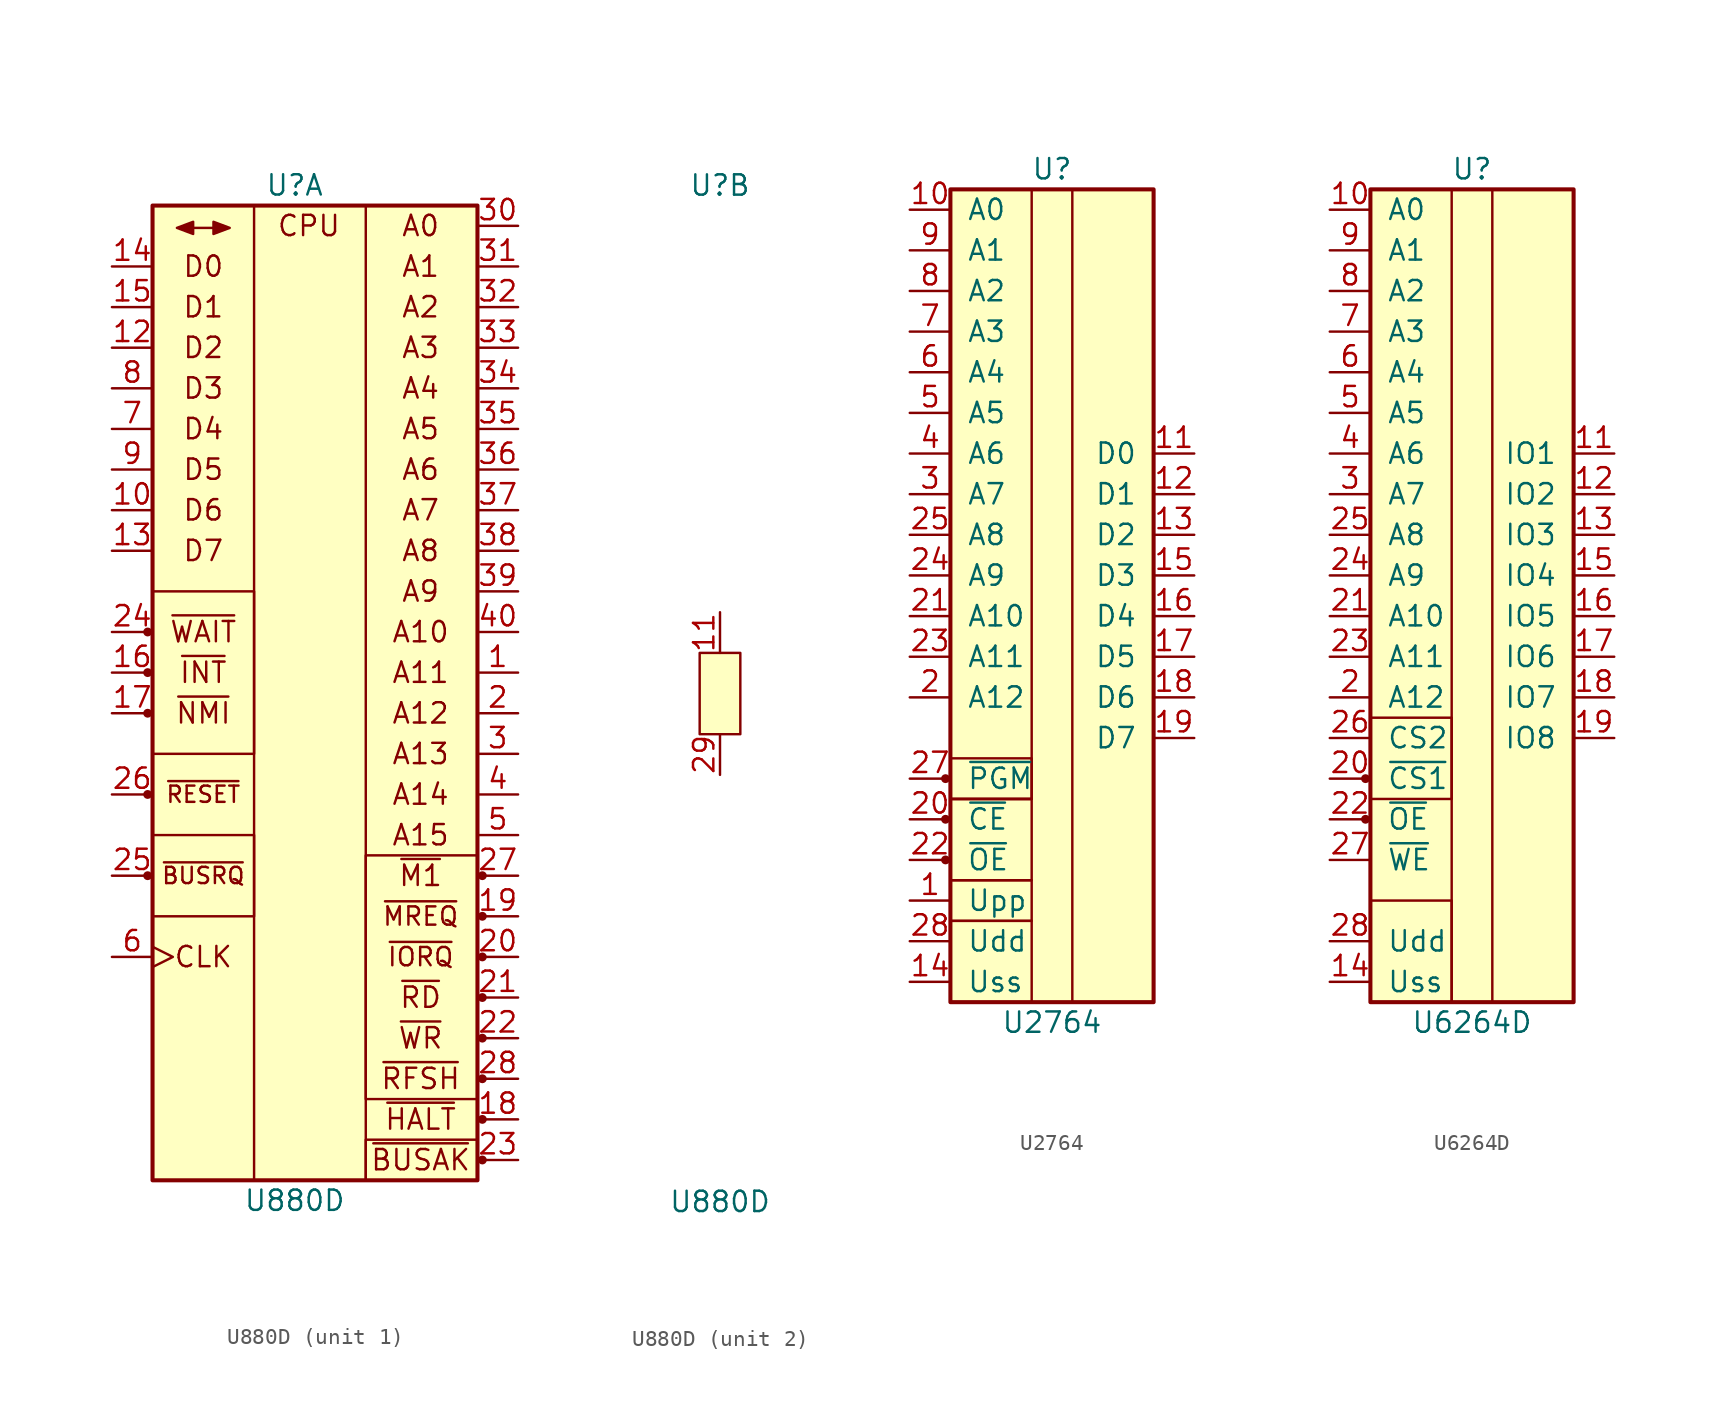
<source format=kicad_sym>
(kicad_symbol_lib
  (version 20211014)
  (generator kicad_symbol_editor)
  (symbol "U880D"
    (pin_names
      (offset 1.016) hide)
    (property "Reference" "U"
      (at 0 31.75 0)
      (effects (font (size 1.27 1.27))))
    (property "Value" "U880D"
      (at 0 -31.75 0)
      (effects (font (size 1.27 1.27))))
    (property "ki_locked" ""
      (at 0 0 0)
      (effects (font (size 1.27 1.27))))
    (symbol "U880D_1_1"
      (circle (center -9.195 -11.43) (radius 0.203) (stroke (width 0) (type default) (color 0 0 0 0)) (fill (type outline)))
      (circle (center -9.195 -6.35) (radius 0.203) (stroke (width 0) (type default) (color 0 0 0 0)) (fill (type outline)))
      (circle (center -9.195 -1.27) (radius 0.203) (stroke (width 0) (type default) (color 0 0 0 0)) (fill (type outline)))
      (circle (center -9.195 1.27) (radius 0.203) (stroke (width 0) (type default) (color 0 0 0 0)) (fill (type outline)))
      (circle (center -9.195 3.81) (radius 0.203) (stroke (width 0) (type default) (color 0 0 0 0)) (fill (type outline)))
      (rectangle (start -8.89 -8.89) (end -2.54 -13.97) (stroke (width 0) (type default) (color 0 0 0 0)) (fill (type none)))
      (rectangle (start -8.89 6.35) (end -2.54 -3.81) (stroke (width 0) (type default) (color 0 0 0 0)) (fill (type none)))
      (rectangle (start -8.89 30.48) (end 11.43 -30.48) (stroke (width 0.254) (type default) (color 0 0 0 0)) (fill (type background)))
      (polyline (pts (xy -6.35 29.083) (xy -5.08 29.083)) (stroke (width 0) (type default) (color 0 0 0 0)) (fill (type none)))
      (polyline (pts (xy -6.35 29.464) (xy -7.366 29.083) (xy -6.35 28.702) (xy -6.35 29.464)) (stroke (width 0) (type default) (color 0 0 0 0)) (fill (type outline)))
      (polyline (pts (xy -5.08 29.464) (xy -4.064 29.083) (xy -5.08 28.702) (xy -5.08 29.464)) (stroke (width 0) (type default) (color 0 0 0 0)) (fill (type outline)))
      (rectangle (start 4.445 -27.94) (end 11.43 -30.48) (stroke (width 0) (type default) (color 0 0 0 0)) (fill (type none)))
      (rectangle (start 4.445 -10.16) (end 11.43 -25.4) (stroke (width 0) (type default) (color 0 0 0 0)) (fill (type none)))
      (rectangle (start 4.445 30.48) (end -2.54 -30.48) (stroke (width 0) (type default) (color 0 0 0 0)) (fill (type none)))
      (circle (center 11.735 -29.21) (radius 0.203) (stroke (width 0) (type default) (color 0 0 0 0)) (fill (type outline)))
      (circle (center 11.735 -26.67) (radius 0.203) (stroke (width 0) (type default) (color 0 0 0 0)) (fill (type outline)))
      (circle (center 11.735 -24.13) (radius 0.203) (stroke (width 0) (type default) (color 0 0 0 0)) (fill (type outline)))
      (circle (center 11.735 -21.59) (radius 0.203) (stroke (width 0) (type default) (color 0 0 0 0)) (fill (type outline)))
      (circle (center 11.735 -19.05) (radius 0.203) (stroke (width 0) (type default) (color 0 0 0 0)) (fill (type outline)))
      (circle (center 11.735 -16.51) (radius 0.203) (stroke (width 0) (type default) (color 0 0 0 0)) (fill (type outline)))
      (circle (center 11.735 -13.97) (radius 0.203) (stroke (width 0) (type default) (color 0 0 0 0)) (fill (type outline)))
      (circle (center 11.735 -11.43) (radius 0.203) (stroke (width 0) (type default) (color 0 0 0 0)) (fill (type outline)))
      (text "A0" (at 7.874 29.21 0) (effects (font (size 1.27 1.27))))
      (text "A1" (at 7.874 26.67 0) (effects (font (size 1.27 1.27))))
      (text "A10" (at 7.874 3.81 0) (effects (font (size 1.27 1.27))))
      (text "A11" (at 7.874 1.27 0) (effects (font (size 1.27 1.27))))
      (text "A12" (at 7.874 -1.27 0) (effects (font (size 1.27 1.27))))
      (text "A13" (at 7.874 -3.81 0) (effects (font (size 1.27 1.27))))
      (text "A14" (at 7.874 -6.35 0) (effects (font (size 1.27 1.27))))
      (text "A15" (at 7.874 -8.89 0) (effects (font (size 1.27 1.27))))
      (text "A2" (at 7.874 24.13 0) (effects (font (size 1.27 1.27))))
      (text "A3" (at 7.874 21.59 0) (effects (font (size 1.27 1.27))))
      (text "A4" (at 7.874 19.05 0) (effects (font (size 1.27 1.27))))
      (text "A5" (at 7.874 16.51 0) (effects (font (size 1.27 1.27))))
      (text "A6" (at 7.874 13.97 0) (effects (font (size 1.27 1.27))))
      (text "A7" (at 7.874 11.43 0) (effects (font (size 1.27 1.27))))
      (text "A8" (at 7.874 8.89 0) (effects (font (size 1.27 1.27))))
      (text "A9" (at 7.874 6.35 0) (effects (font (size 1.27 1.27))))
      (text "CLK" (at -5.715 -16.51 0) (effects (font (size 1.27 1.27))))
      (text "CPU" (at 0.889 29.21 0) (effects (font (size 1.27 1.27))))
      (text "D0" (at -5.715 26.67 0) (effects (font (size 1.27 1.27))))
      (text "D1" (at -5.715 24.13 0) (effects (font (size 1.27 1.27))))
      (text "D2" (at -5.715 21.59 0) (effects (font (size 1.27 1.27))))
      (text "D3" (at -5.715 19.05 0) (effects (font (size 1.27 1.27))))
      (text "D4" (at -5.715 16.51 0) (effects (font (size 1.27 1.27))))
      (text "D5" (at -5.715 13.97 0) (effects (font (size 1.27 1.27))))
      (text "D6" (at -5.715 11.43 0) (effects (font (size 1.27 1.27))))
      (text "D7" (at -5.715 8.89 0) (effects (font (size 1.27 1.27))))
      (text "~{BUSAK}" (at 7.874 -29.21 0) (effects (font (size 1.27 1.27))))
      (text "~{BUSRQ}" (at -5.715 -11.43 0) (effects (font (size 1.016 1.016))))
      (text "~{HALT}" (at 7.874 -26.67 0) (effects (font (size 1.27 1.27))))
      (text "~{INT}" (at -5.715 1.27 0) (effects (font (size 1.27 1.27))))
      (text "~{IORQ}" (at 7.874 -16.51 0) (effects (font (size 1.143 1.143))))
      (text "~{M1}" (at 7.874 -11.43 0) (effects (font (size 1.27 1.27))))
      (text "~{MREQ}" (at 7.874 -13.97 0) (effects (font (size 1.143 1.143))))
      (text "~{NMI}" (at -5.715 -1.27 0) (effects (font (size 1.27 1.27))))
      (text "~{RD}" (at 7.874 -19.05 0) (effects (font (size 1.27 1.27))))
      (text "~{RESET}" (at -5.715 -6.35 0) (effects (font (size 1.016 1.016))))
      (text "~{RFSH}" (at 7.874 -24.13 0) (effects (font (size 1.27 1.27))))
      (text "~{WAIT}" (at -5.715 3.81 0) (effects (font (size 1.27 1.27))))
      (text "~{WR}" (at 7.874 -21.59 0) (effects (font (size 1.27 1.27))))
      (pin tri_state line (at 13.97 1.27 180) (length 2.54) (name "A11" (effects (font (size 1.27 1.27)))) (number "1" (effects (font (size 1.27 1.27)))))
      (pin bidirectional line (at -11.43 11.43 0) (length 2.54) (name "D6" (effects (font (size 1.27 1.27)))) (number "10" (effects (font (size 1.27 1.27)))))
      (pin bidirectional line (at -11.43 21.59 0) (length 2.54) (name "D2" (effects (font (size 1.27 1.27)))) (number "12" (effects (font (size 1.27 1.27)))))
      (pin bidirectional line (at -11.43 8.89 0) (length 2.54) (name "D7" (effects (font (size 1.27 1.27)))) (number "13" (effects (font (size 1.27 1.27)))))
      (pin bidirectional line (at -11.43 26.67 0) (length 2.54) (name "D0" (effects (font (size 1.27 1.27)))) (number "14" (effects (font (size 1.27 1.27)))))
      (pin bidirectional line (at -11.43 24.13 0) (length 2.54) (name "D1" (effects (font (size 1.27 1.27)))) (number "15" (effects (font (size 1.27 1.27)))))
      (pin input line (at -11.43 1.27 0) (length 2.54) (name "~{INT}" (effects (font (size 1.27 1.27)))) (number "16" (effects (font (size 1.27 1.27)))))
      (pin input line (at -11.43 -1.27 0) (length 2.54) (name "~{NMI}" (effects (font (size 1.27 1.27)))) (number "17" (effects (font (size 1.27 1.27)))))
      (pin tri_state line (at 13.97 -26.67 180) (length 2.54) (name "~{HALT}" (effects (font (size 1.27 1.27)))) (number "18" (effects (font (size 1.27 1.27)))))
      (pin tri_state line (at 13.97 -13.97 180) (length 2.54) (name "~{MREQ}" (effects (font (size 1.27 1.27)))) (number "19" (effects (font (size 1.27 1.27)))))
      (pin tri_state line (at 13.97 -1.27 180) (length 2.54) (name "A12" (effects (font (size 1.27 1.27)))) (number "2" (effects (font (size 1.27 1.27)))))
      (pin tri_state line (at 13.97 -16.51 180) (length 2.54) (name "~{IORQ}" (effects (font (size 1.27 1.27)))) (number "20" (effects (font (size 1.27 1.27)))))
      (pin tri_state line (at 13.97 -19.05 180) (length 2.54) (name "~{RD}" (effects (font (size 1.27 1.27)))) (number "21" (effects (font (size 1.27 1.27)))))
      (pin tri_state line (at 13.97 -21.59 180) (length 2.54) (name "~{WR}" (effects (font (size 1.27 1.27)))) (number "22" (effects (font (size 1.27 1.27)))))
      (pin open_collector line (at 13.97 -29.21 180) (length 2.54) (name "~{BUSAK}" (effects (font (size 1.27 1.27)))) (number "23" (effects (font (size 1.27 1.27)))))
      (pin input line (at -11.43 3.81 0) (length 2.54) (name "~{WAIT}" (effects (font (size 1.27 1.27)))) (number "24" (effects (font (size 1.27 1.27)))))
      (pin input line (at -11.43 -11.43 0) (length 2.54) (name "~{BUSRQ}" (effects (font (size 1.27 1.27)))) (number "25" (effects (font (size 1.27 1.27)))))
      (pin input line (at -11.43 -6.35 0) (length 2.54) (name "~{RESET}" (effects (font (size 1.27 1.27)))) (number "26" (effects (font (size 1.27 1.27)))))
      (pin tri_state line (at 13.97 -11.43 180) (length 2.54) (name "~{M1}" (effects (font (size 1.27 1.27)))) (number "27" (effects (font (size 1.27 1.27)))))
      (pin tri_state line (at 13.97 -24.13 180) (length 2.54) (name "~{RFSH}" (effects (font (size 1.27 1.27)))) (number "28" (effects (font (size 1.27 1.27)))))
      (pin tri_state line (at 13.97 -3.81 180) (length 2.54) (name "A13" (effects (font (size 1.27 1.27)))) (number "3" (effects (font (size 1.27 1.27)))))
      (pin tri_state line (at 13.97 29.21 180) (length 2.54) (name "A0" (effects (font (size 1.27 1.27)))) (number "30" (effects (font (size 1.27 1.27)))))
      (pin tri_state line (at 13.97 26.67 180) (length 2.54) (name "A1" (effects (font (size 1.27 1.27)))) (number "31" (effects (font (size 1.27 1.27)))))
      (pin tri_state line (at 13.97 24.13 180) (length 2.54) (name "A2" (effects (font (size 1.27 1.27)))) (number "32" (effects (font (size 1.27 1.27)))))
      (pin tri_state line (at 13.97 21.59 180) (length 2.54) (name "A3" (effects (font (size 1.27 1.27)))) (number "33" (effects (font (size 1.27 1.27)))))
      (pin tri_state line (at 13.97 19.05 180) (length 2.54) (name "A4" (effects (font (size 1.27 1.27)))) (number "34" (effects (font (size 1.27 1.27)))))
      (pin tri_state line (at 13.97 16.51 180) (length 2.54) (name "A5" (effects (font (size 1.27 1.27)))) (number "35" (effects (font (size 1.27 1.27)))))
      (pin tri_state line (at 13.97 13.97 180) (length 2.54) (name "A6" (effects (font (size 1.27 1.27)))) (number "36" (effects (font (size 1.27 1.27)))))
      (pin tri_state line (at 13.97 11.43 180) (length 2.54) (name "A7" (effects (font (size 1.27 1.27)))) (number "37" (effects (font (size 1.27 1.27)))))
      (pin tri_state line (at 13.97 8.89 180) (length 2.54) (name "A8" (effects (font (size 1.27 1.27)))) (number "38" (effects (font (size 1.27 1.27)))))
      (pin tri_state line (at 13.97 6.35 180) (length 2.54) (name "A9" (effects (font (size 1.27 1.27)))) (number "39" (effects (font (size 1.27 1.27)))))
      (pin tri_state line (at 13.97 -6.35 180) (length 2.54) (name "A14" (effects (font (size 1.27 1.27)))) (number "4" (effects (font (size 1.27 1.27)))))
      (pin tri_state line (at 13.97 3.81 180) (length 2.54) (name "A10" (effects (font (size 1.27 1.27)))) (number "40" (effects (font (size 1.27 1.27)))))
      (pin tri_state line (at 13.97 -8.89 180) (length 2.54) (name "A15" (effects (font (size 1.27 1.27)))) (number "5" (effects (font (size 1.27 1.27)))))
      (pin input clock (at -11.43 -16.51 0) (length 2.54) (name "CLK" (effects (font (size 1.27 1.27)))) (number "6" (effects (font (size 1.27 1.27)))))
      (pin bidirectional line (at -11.43 16.51 0) (length 2.54) (name "D4" (effects (font (size 1.27 1.27)))) (number "7" (effects (font (size 1.27 1.27)))))
      (pin bidirectional line (at -11.43 19.05 0) (length 2.54) (name "D3" (effects (font (size 1.27 1.27)))) (number "8" (effects (font (size 1.27 1.27)))))
      (pin bidirectional line (at -11.43 13.97 0) (length 2.54) (name "D5" (effects (font (size 1.27 1.27)))) (number "9" (effects (font (size 1.27 1.27))))))
    (symbol "U880D_2_1"
      (rectangle (start -1.27 2.54) (end 1.27 -2.54) (stroke (width 0) (type default) (color 0 0 0 0)) (fill (type background)))
      (pin power_in line (at 0 5.08 270) (length 2.54) (name "Vcc" (effects (font (size 1.27 1.27)))) (number "11" (effects (font (size 1.27 1.27)))))
      (pin power_in line (at 0 -5.08 90) (length 2.54) (name "GND" (effects (font (size 1.27 1.27)))) (number "29" (effects (font (size 1.27 1.27)))))))
  (symbol "U2764"
    (pin_names
      (offset 1.016))
    (property "Reference" "U"
      (at 0 26.67 0)
      (effects (font (size 1.27 1.27))))
    (property "Value" "U2764"
      (at 0 -26.67 0)
      (effects (font (size 1.27 1.27))))
    (symbol "U2764_0_1"
      (rectangle (start -6.35 -17.78) (end -1.27 -20.32) (stroke (width 0) (type default) (color 0 0 0 0)) (fill (type none)))
      (rectangle (start -6.35 -10.16) (end -1.27 -12.7) (stroke (width 0) (type default) (color 0 0 0 0)) (fill (type none)))
      (rectangle (start -1.27 -12.7) (end -6.35 -17.78) (stroke (width 0) (type default) (color 0 0 0 0)) (fill (type none))))
    (symbol "U2764_1_1"
      (circle (center -6.655 -16.51) (radius 0.203) (stroke (width 0) (type default) (color 0 0 0 0)) (fill (type outline)))
      (circle (center -6.655 -13.97) (radius 0.203) (stroke (width 0) (type default) (color 0 0 0 0)) (fill (type outline)))
      (circle (center -6.655 -11.43) (radius 0.203) (stroke (width 0) (type default) (color 0 0 0 0)) (fill (type outline)))
      (rectangle (start -6.35 -20.32) (end -1.27 -25.4) (stroke (width 0) (type default) (color 0 0 0 0)) (fill (type none)))
      (rectangle (start -6.35 25.4) (end -1.27 -12.7) (stroke (width 0) (type default) (color 0 0 0 0)) (fill (type none)))
      (rectangle (start -6.35 25.4) (end 6.35 -25.4) (stroke (width 0.254) (type default) (color 0 0 0 0)) (fill (type background)))
      (rectangle (start 1.27 25.4) (end 6.35 -25.4) (stroke (width 0) (type default) (color 0 0 0 0)) (fill (type none)))
      (pin power_in line (at -8.89 -19.05 0) (length 2.54) (name "Upp" (effects (font (size 1.27 1.27)))) (number "1" (effects (font (size 1.27 1.27)))))
      (pin input line (at -8.89 24.13 0) (length 2.54) (name "A0" (effects (font (size 1.27 1.27)))) (number "10" (effects (font (size 1.27 1.27)))))
      (pin tri_state line (at 8.89 8.89 180) (length 2.54) (name "D0" (effects (font (size 1.27 1.27)))) (number "11" (effects (font (size 1.27 1.27)))))
      (pin tri_state line (at 8.89 6.35 180) (length 2.54) (name "D1" (effects (font (size 1.27 1.27)))) (number "12" (effects (font (size 1.27 1.27)))))
      (pin tri_state line (at 8.89 3.81 180) (length 2.54) (name "D2" (effects (font (size 1.27 1.27)))) (number "13" (effects (font (size 1.27 1.27)))))
      (pin power_in line (at -8.89 -24.13 0) (length 2.54) (name "Uss" (effects (font (size 1.27 1.27)))) (number "14" (effects (font (size 1.27 1.27)))))
      (pin tri_state line (at 8.89 1.27 180) (length 2.54) (name "D3" (effects (font (size 1.27 1.27)))) (number "15" (effects (font (size 1.27 1.27)))))
      (pin tri_state line (at 8.89 -1.27 180) (length 2.54) (name "D4" (effects (font (size 1.27 1.27)))) (number "16" (effects (font (size 1.27 1.27)))))
      (pin tri_state line (at 8.89 -3.81 180) (length 2.54) (name "D5" (effects (font (size 1.27 1.27)))) (number "17" (effects (font (size 1.27 1.27)))))
      (pin tri_state line (at 8.89 -6.35 180) (length 2.54) (name "D6" (effects (font (size 1.27 1.27)))) (number "18" (effects (font (size 1.27 1.27)))))
      (pin tri_state line (at 8.89 -8.89 180) (length 2.54) (name "D7" (effects (font (size 1.27 1.27)))) (number "19" (effects (font (size 1.27 1.27)))))
      (pin input line (at -8.89 -6.35 0) (length 2.54) (name "A12" (effects (font (size 1.27 1.27)))) (number "2" (effects (font (size 1.27 1.27)))))
      (pin input line (at -8.89 -13.97 0) (length 2.54) (name "~{CE}" (effects (font (size 1.27 1.27)))) (number "20" (effects (font (size 1.27 1.27)))))
      (pin input line (at -8.89 -1.27 0) (length 2.54) (name "A10" (effects (font (size 1.27 1.27)))) (number "21" (effects (font (size 1.27 1.27)))))
      (pin input line (at -8.89 -16.51 0) (length 2.54) (name "~{OE}" (effects (font (size 1.27 1.27)))) (number "22" (effects (font (size 1.27 1.27)))))
      (pin input line (at -8.89 -3.81 0) (length 2.54) (name "A11" (effects (font (size 1.27 1.27)))) (number "23" (effects (font (size 1.27 1.27)))))
      (pin input line (at -8.89 1.27 0) (length 2.54) (name "A9" (effects (font (size 1.27 1.27)))) (number "24" (effects (font (size 1.27 1.27)))))
      (pin input line (at -8.89 3.81 0) (length 2.54) (name "A8" (effects (font (size 1.27 1.27)))) (number "25" (effects (font (size 1.27 1.27)))))
      (pin no_connect line (at -8.89 -8.89 0) (length 2.54) hide (name "n.c." (effects (font (size 1.27 1.27)))) (number "26" (effects (font (size 1.27 1.27)))))
      (pin input line (at -8.89 -11.43 0) (length 2.54) (name "~{PGM}" (effects (font (size 1.27 1.27)))) (number "27" (effects (font (size 1.27 1.27)))))
      (pin power_in line (at -8.89 -21.59 0) (length 2.54) (name "Udd" (effects (font (size 1.27 1.27)))) (number "28" (effects (font (size 1.27 1.27)))))
      (pin input line (at -8.89 6.35 0) (length 2.54) (name "A7" (effects (font (size 1.27 1.27)))) (number "3" (effects (font (size 1.27 1.27)))))
      (pin input line (at -8.89 8.89 0) (length 2.54) (name "A6" (effects (font (size 1.27 1.27)))) (number "4" (effects (font (size 1.27 1.27)))))
      (pin input line (at -8.89 11.43 0) (length 2.54) (name "A5" (effects (font (size 1.27 1.27)))) (number "5" (effects (font (size 1.27 1.27)))))
      (pin input line (at -8.89 13.97 0) (length 2.54) (name "A4" (effects (font (size 1.27 1.27)))) (number "6" (effects (font (size 1.27 1.27)))))
      (pin input line (at -8.89 16.51 0) (length 2.54) (name "A3" (effects (font (size 1.27 1.27)))) (number "7" (effects (font (size 1.27 1.27)))))
      (pin input line (at -8.89 19.05 0) (length 2.54) (name "A2" (effects (font (size 1.27 1.27)))) (number "8" (effects (font (size 1.27 1.27)))))
      (pin input line (at -8.89 21.59 0) (length 2.54) (name "A1" (effects (font (size 1.27 1.27)))) (number "9" (effects (font (size 1.27 1.27)))))))
  (symbol "U6264D"
    (pin_names
      (offset 1.016))
    (property "Reference" "U"
      (at 0 26.67 0)
      (effects (font (size 1.27 1.27))))
    (property "Value" "U6264D"
      (at 0 -26.67 0)
      (effects (font (size 1.27 1.27))))
    (symbol "U6264D_0_1"
      (rectangle (start -1.27 -12.7) (end -6.35 -7.62) (stroke (width 0) (type default) (color 0 0 0 0)) (fill (type none))))
    (symbol "U6264D_1_1"
      (circle (center -6.655 -13.97) (radius 0.203) (stroke (width 0) (type default) (color 0 0 0 0)) (fill (type outline)))
      (circle (center -6.655 -11.43) (radius 0.203) (stroke (width 0) (type default) (color 0 0 0 0)) (fill (type outline)))
      (rectangle (start -6.35 -19.05) (end -1.27 -25.4) (stroke (width 0) (type default) (color 0 0 0 0)) (fill (type none)))
      (rectangle (start -6.35 25.4) (end 6.35 -25.4) (stroke (width 0.254) (type default) (color 0 0 0 0)) (fill (type background)))
      (rectangle (start 1.27 25.4) (end -1.27 -25.4) (stroke (width 0) (type default) (color 0 0 0 0)) (fill (type none)))
      (pin no_connect line (at 8.89 -24.13 180) (length 2.54) hide (name "n.c." (effects (font (size 1.27 1.27)))) (number "1" (effects (font (size 1.27 1.27)))))
      (pin input line (at -8.89 24.13 0) (length 2.54) (name "A0" (effects (font (size 1.27 1.27)))) (number "10" (effects (font (size 1.27 1.27)))))
      (pin tri_state line (at 8.89 8.89 180) (length 2.54) (name "IO1" (effects (font (size 1.27 1.27)))) (number "11" (effects (font (size 1.27 1.27)))))
      (pin tri_state line (at 8.89 6.35 180) (length 2.54) (name "IO2" (effects (font (size 1.27 1.27)))) (number "12" (effects (font (size 1.27 1.27)))))
      (pin tri_state line (at 8.89 3.81 180) (length 2.54) (name "IO3" (effects (font (size 1.27 1.27)))) (number "13" (effects (font (size 1.27 1.27)))))
      (pin power_in line (at -8.89 -24.13 0) (length 2.54) (name "Uss" (effects (font (size 1.27 1.27)))) (number "14" (effects (font (size 1.27 1.27)))))
      (pin tri_state line (at 8.89 1.27 180) (length 2.54) (name "IO4" (effects (font (size 1.27 1.27)))) (number "15" (effects (font (size 1.27 1.27)))))
      (pin tri_state line (at 8.89 -1.27 180) (length 2.54) (name "IO5" (effects (font (size 1.27 1.27)))) (number "16" (effects (font (size 1.27 1.27)))))
      (pin tri_state line (at 8.89 -3.81 180) (length 2.54) (name "IO6" (effects (font (size 1.27 1.27)))) (number "17" (effects (font (size 1.27 1.27)))))
      (pin tri_state line (at 8.89 -6.35 180) (length 2.54) (name "IO7" (effects (font (size 1.27 1.27)))) (number "18" (effects (font (size 1.27 1.27)))))
      (pin tri_state line (at 8.89 -8.89 180) (length 2.54) (name "IO8" (effects (font (size 1.27 1.27)))) (number "19" (effects (font (size 1.27 1.27)))))
      (pin input line (at -8.89 -6.35 0) (length 2.54) (name "A12" (effects (font (size 1.27 1.27)))) (number "2" (effects (font (size 1.27 1.27)))))
      (pin input line (at -8.89 -11.43 0) (length 2.54) (name "~{CS1}" (effects (font (size 1.27 1.27)))) (number "20" (effects (font (size 1.27 1.27)))))
      (pin input line (at -8.89 -1.27 0) (length 2.54) (name "A10" (effects (font (size 1.27 1.27)))) (number "21" (effects (font (size 1.27 1.27)))))
      (pin input line (at -8.89 -13.97 0) (length 2.54) (name "~{OE}" (effects (font (size 1.27 1.27)))) (number "22" (effects (font (size 1.27 1.27)))))
      (pin input line (at -8.89 -3.81 0) (length 2.54) (name "A11" (effects (font (size 1.27 1.27)))) (number "23" (effects (font (size 1.27 1.27)))))
      (pin input line (at -8.89 1.27 0) (length 2.54) (name "A9" (effects (font (size 1.27 1.27)))) (number "24" (effects (font (size 1.27 1.27)))))
      (pin input line (at -8.89 3.81 0) (length 2.54) (name "A8" (effects (font (size 1.27 1.27)))) (number "25" (effects (font (size 1.27 1.27)))))
      (pin input line (at -8.89 -8.89 0) (length 2.54) (name "CS2" (effects (font (size 1.27 1.27)))) (number "26" (effects (font (size 1.27 1.27)))))
      (pin input line (at -8.89 -16.51 0) (length 2.54) (name "~{WE}" (effects (font (size 1.27 1.27)))) (number "27" (effects (font (size 1.27 1.27)))))
      (pin power_in line (at -8.89 -21.59 0) (length 2.54) (name "Udd" (effects (font (size 1.27 1.27)))) (number "28" (effects (font (size 1.27 1.27)))))
      (pin input line (at -8.89 6.35 0) (length 2.54) (name "A7" (effects (font (size 1.27 1.27)))) (number "3" (effects (font (size 1.27 1.27)))))
      (pin input line (at -8.89 8.89 0) (length 2.54) (name "A6" (effects (font (size 1.27 1.27)))) (number "4" (effects (font (size 1.27 1.27)))))
      (pin input line (at -8.89 11.43 0) (length 2.54) (name "A5" (effects (font (size 1.27 1.27)))) (number "5" (effects (font (size 1.27 1.27)))))
      (pin input line (at -8.89 13.97 0) (length 2.54) (name "A4" (effects (font (size 1.27 1.27)))) (number "6" (effects (font (size 1.27 1.27)))))
      (pin input line (at -8.89 16.51 0) (length 2.54) (name "A3" (effects (font (size 1.27 1.27)))) (number "7" (effects (font (size 1.27 1.27)))))
      (pin input line (at -8.89 19.05 0) (length 2.54) (name "A2" (effects (font (size 1.27 1.27)))) (number "8" (effects (font (size 1.27 1.27)))))
      (pin input line (at -8.89 21.59 0) (length 2.54) (name "A1" (effects (font (size 1.27 1.27)))) (number "9" (effects (font (size 1.27 1.27))))))))
</source>
